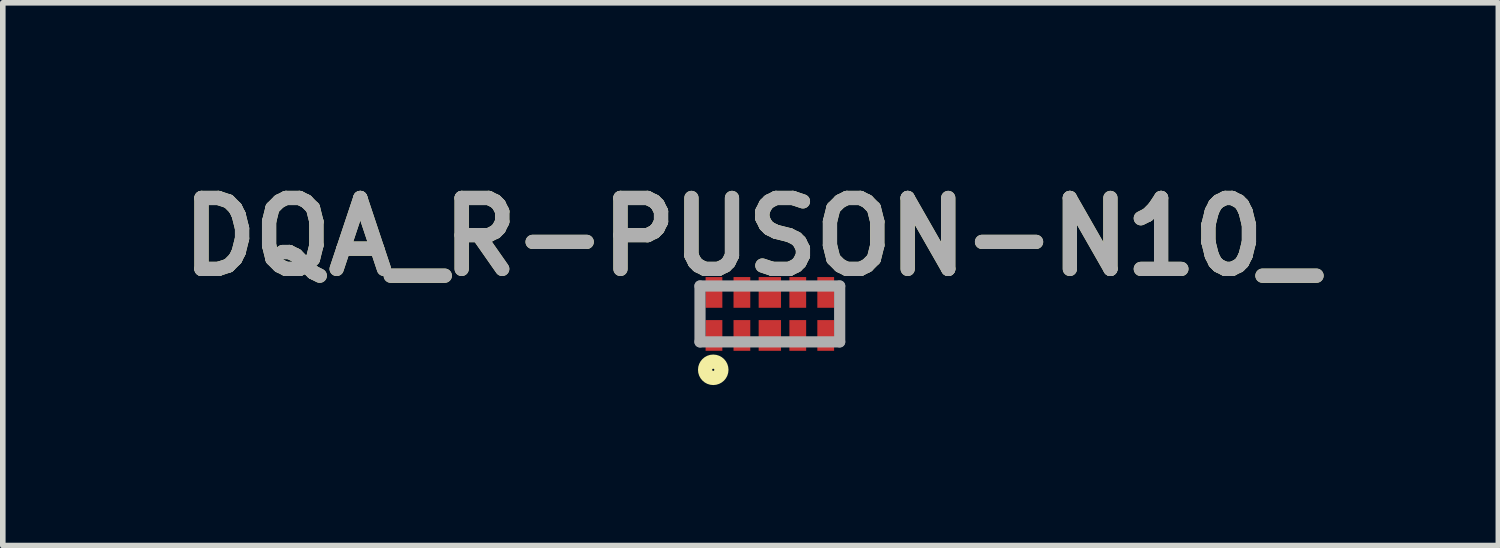
<source format=kicad_pcb>
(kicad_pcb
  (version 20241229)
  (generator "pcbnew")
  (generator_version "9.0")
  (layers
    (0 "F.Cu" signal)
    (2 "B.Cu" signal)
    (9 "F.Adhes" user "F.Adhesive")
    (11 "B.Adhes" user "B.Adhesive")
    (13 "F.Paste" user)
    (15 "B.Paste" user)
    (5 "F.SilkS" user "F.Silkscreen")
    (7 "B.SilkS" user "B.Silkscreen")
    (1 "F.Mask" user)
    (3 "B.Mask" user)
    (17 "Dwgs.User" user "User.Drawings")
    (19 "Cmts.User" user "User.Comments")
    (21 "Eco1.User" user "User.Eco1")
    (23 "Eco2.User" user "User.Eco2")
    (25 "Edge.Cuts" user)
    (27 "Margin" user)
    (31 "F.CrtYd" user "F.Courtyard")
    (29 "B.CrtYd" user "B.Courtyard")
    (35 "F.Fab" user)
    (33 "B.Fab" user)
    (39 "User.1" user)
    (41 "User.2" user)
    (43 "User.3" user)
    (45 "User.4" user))
  (footprint "DQA_R-PUSON-N10_"
    (layer "F.Cu")
    (at 10.729 2.569)
    (property "Reference" "DQA_R-PUSON-N10_" (at -0.345 -1.38 0) (layer "F.SilkS") (effects (font (size 1.27 1.27) (thickness 0.254))))
    (attr smd)
    (fp_circle (center -1.013 1) (end -1.013 1.019) (stroke (width 0.254) (type solid)) (fill no) (layer "F.SilkS"))
    (fp_line (start -1.25 -0.5) (end 1.25 -0.5) (stroke (width 0.2) (type solid)) (layer "F.Fab"))
    (fp_line (start -1.25 0.5) (end -1.25 -0.5) (stroke (width 0.2) (type solid)) (layer "F.Fab"))
    (fp_line (start 1.25 -0.5) (end 1.25 0.5) (stroke (width 0.2) (type solid)) (layer "F.Fab"))
    (fp_line (start 1.25 0.5) (end -1.25 0.5) (stroke (width 0.2) (type solid)) (layer "F.Fab"))
    (fp_text user "${REFERENCE}" (at -0.345 -1.38 0) (layer "F.Fab") (effects (font (size 1.27 1.27) (thickness 0.254))))
    (pad "1" smd rect (at -1 0.385) (size 0.3 0.55) (layers "F.Cu" "F.Mask" "F.Paste"))
    (pad "2" smd rect (at -0.5 0.385) (size 0.3 0.55) (layers "F.Cu" "F.Mask" "F.Paste"))
    (pad "3" smd rect (at 0 0.385) (size 0.4 0.55) (layers "F.Cu" "F.Mask" "F.Paste"))
    (pad "4" smd rect (at 0.5 0.385) (size 0.3 0.55) (layers "F.Cu" "F.Mask" "F.Paste"))
    (pad "5" smd rect (at 1 0.385) (size 0.3 0.55) (layers "F.Cu" "F.Mask" "F.Paste"))
    (pad "6" smd rect (at 1 -0.385) (size 0.3 0.55) (layers "F.Cu" "F.Mask" "F.Paste"))
    (pad "7" smd rect (at 0.5 -0.385) (size 0.3 0.55) (layers "F.Cu" "F.Mask" "F.Paste"))
    (pad "8" smd rect (at 0 -0.385) (size 0.4 0.55) (layers "F.Cu" "F.Mask" "F.Paste"))
    (pad "9" smd rect (at -0.5 -0.385) (size 0.3 0.55) (layers "F.Cu" "F.Mask" "F.Paste"))
    (pad "10" smd rect (at -1 -0.385) (size 0.3 0.55) (layers "F.Cu" "F.Mask" "F.Paste")))
  (gr_rect
    (start -3 -3)
    (end 23.768 6.714)
    (stroke (width 0.1) (type default))
    (fill no)
    (layer "Edge.Cuts")))
</source>
